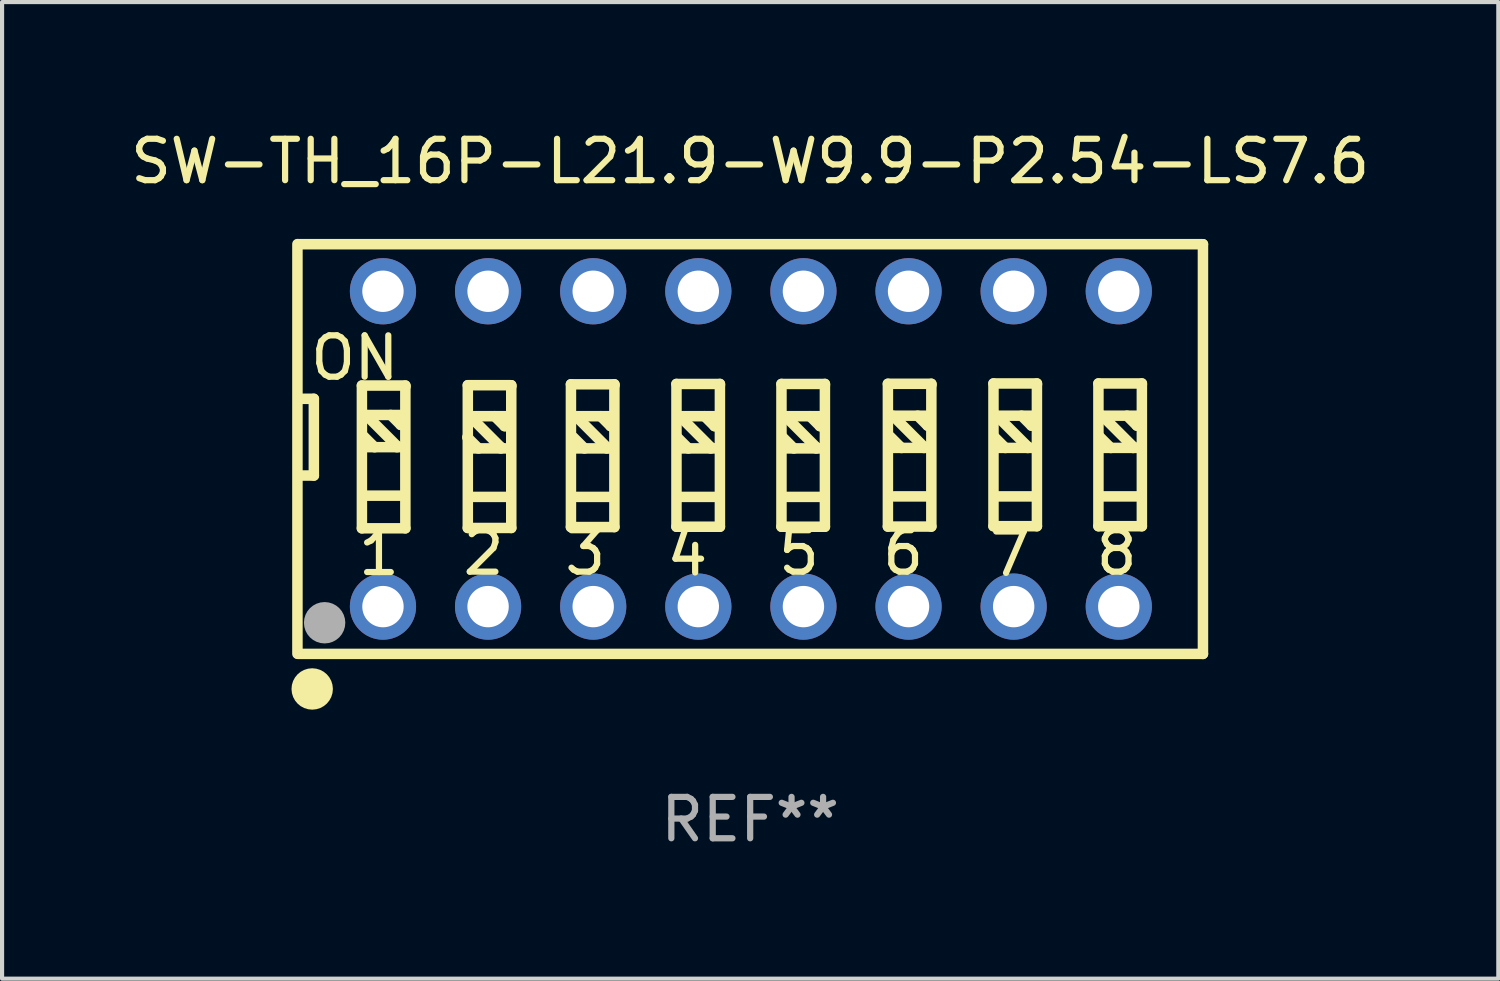
<source format=kicad_pcb>
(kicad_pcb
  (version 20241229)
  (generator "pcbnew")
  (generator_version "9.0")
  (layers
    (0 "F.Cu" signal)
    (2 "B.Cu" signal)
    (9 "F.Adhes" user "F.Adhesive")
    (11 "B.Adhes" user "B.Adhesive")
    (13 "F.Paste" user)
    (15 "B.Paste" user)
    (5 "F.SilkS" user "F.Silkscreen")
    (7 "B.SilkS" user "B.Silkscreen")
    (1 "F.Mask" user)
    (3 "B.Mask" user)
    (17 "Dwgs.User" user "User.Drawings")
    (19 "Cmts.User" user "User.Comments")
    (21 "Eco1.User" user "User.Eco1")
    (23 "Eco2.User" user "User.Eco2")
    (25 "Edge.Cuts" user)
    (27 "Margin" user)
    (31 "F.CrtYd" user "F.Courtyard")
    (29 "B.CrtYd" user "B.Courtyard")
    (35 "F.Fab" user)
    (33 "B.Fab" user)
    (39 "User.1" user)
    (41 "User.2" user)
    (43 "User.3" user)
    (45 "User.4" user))
  (footprint "SW-TH_16P-L21.9-W9.9-P2.54-LS7.6"
    (layer "F.Cu")
    (at 15.094 7.798)
    (property "Reference" "SW-TH_16P-L21.9-W9.9-P2.54-LS7.6" (at -0.017 -6.949 0) (layer "F.SilkS") (effects (font (size 1 1) (thickness 0.15))))
    (attr through_hole)
    (fp_line (start -10.957 -4.949) (end -10.957 4.95) (stroke (width 0.254) (type solid)) (layer "F.SilkS"))
    (fp_line (start -10.936 -4.947) (end 10.924 -4.947) (stroke (width 0.254) (type solid)) (layer "F.SilkS"))
    (fp_line (start -10.936 4.953) (end 10.924 4.953) (stroke (width 0.254) (type solid)) (layer "F.SilkS"))
    (fp_line (start -10.861 -1.211) (end -10.56 -1.211) (stroke (width 0.254) (type solid)) (layer "F.SilkS"))
    (fp_line (start -10.56 -1.211) (end -10.56 0.643) (stroke (width 0.254) (type solid)) (layer "F.SilkS"))
    (fp_line (start -10.56 0.643) (end -10.835 0.643) (stroke (width 0.254) (type solid)) (layer "F.SilkS"))
    (fp_line (start -9.399 -1.532) (end -9.399 1.918) (stroke (width 0.254) (type solid)) (layer "F.SilkS"))
    (fp_line (start -9.399 1.918) (end -8.349 1.918) (stroke (width 0.254) (type solid)) (layer "F.SilkS"))
    (fp_line (start -9.301 -0.821) (end -8.552 -0.071) (stroke (width 0.254) (type solid)) (layer "F.SilkS"))
    (fp_line (start -9.292 -0.043) (end -8.422 -0.043) (stroke (width 0.254) (type solid)) (layer "F.SilkS"))
    (fp_line (start -9.272 -0.821) (end -8.402 -0.821) (stroke (width 0.254) (type solid)) (layer "F.SilkS"))
    (fp_line (start -9.272 1.129) (end -8.402 1.129) (stroke (width 0.254) (type solid)) (layer "F.SilkS"))
    (fp_line (start -9.092 -0.041) (end -9.362 -0.311) (stroke (width 0.254) (type solid)) (layer "F.SilkS"))
    (fp_line (start -8.702 -0.821) (end -8.462 -0.581) (stroke (width 0.254) (type solid)) (layer "F.SilkS"))
    (fp_line (start -8.552 -0.071) (end -8.552 -0.041) (stroke (width 0.254) (type solid)) (layer "F.SilkS"))
    (fp_line (start -8.462 -0.581) (end -8.432 -0.581) (stroke (width 0.254) (type solid)) (layer "F.SilkS"))
    (fp_line (start -8.349 -1.532) (end -9.399 -1.532) (stroke (width 0.254) (type solid)) (layer "F.SilkS"))
    (fp_line (start -8.349 -1.502) (end -8.349 -1.532) (stroke (width 0.254) (type solid)) (layer "F.SilkS"))
    (fp_line (start -8.349 1.918) (end -8.349 -1.502) (stroke (width 0.254) (type solid)) (layer "F.SilkS"))
    (fp_line (start -6.84 -1.54) (end -6.84 1.91) (stroke (width 0.254) (type solid)) (layer "F.SilkS"))
    (fp_line (start -6.84 1.91) (end -5.79 1.91) (stroke (width 0.254) (type solid)) (layer "F.SilkS"))
    (fp_line (start -6.791 -0.791) (end -6.042 -0.041) (stroke (width 0.254) (type solid)) (layer "F.SilkS"))
    (fp_line (start -6.782 -0.013) (end -5.912 -0.013) (stroke (width 0.254) (type solid)) (layer "F.SilkS"))
    (fp_line (start -6.761 -0.791) (end -5.892 -0.791) (stroke (width 0.254) (type solid)) (layer "F.SilkS"))
    (fp_line (start -6.761 1.159) (end -5.892 1.159) (stroke (width 0.254) (type solid)) (layer "F.SilkS"))
    (fp_line (start -6.582 -0.011) (end -6.852 -0.281) (stroke (width 0.254) (type solid)) (layer "F.SilkS"))
    (fp_line (start -6.192 -0.791) (end -5.951 -0.551) (stroke (width 0.254) (type solid)) (layer "F.SilkS"))
    (fp_line (start -6.042 -0.041) (end -6.042 -0.011) (stroke (width 0.254) (type solid)) (layer "F.SilkS"))
    (fp_line (start -5.951 -0.551) (end -5.922 -0.551) (stroke (width 0.254) (type solid)) (layer "F.SilkS"))
    (fp_line (start -5.79 -1.54) (end -6.84 -1.54) (stroke (width 0.254) (type solid)) (layer "F.SilkS"))
    (fp_line (start -5.79 -1.51) (end -5.79 -1.54) (stroke (width 0.254) (type solid)) (layer "F.SilkS"))
    (fp_line (start -5.79 1.91) (end -5.79 -1.51) (stroke (width 0.254) (type solid)) (layer "F.SilkS"))
    (fp_line (start -4.348 -1.562) (end -4.348 1.888) (stroke (width 0.254) (type solid)) (layer "F.SilkS"))
    (fp_line (start -4.348 1.888) (end -3.298 1.888) (stroke (width 0.254) (type solid)) (layer "F.SilkS"))
    (fp_line (start -4.229 -0.791) (end -3.48 -0.041) (stroke (width 0.254) (type solid)) (layer "F.SilkS"))
    (fp_line (start -4.22 -0.013) (end -3.35 -0.013) (stroke (width 0.254) (type solid)) (layer "F.SilkS"))
    (fp_line (start -4.199 -0.791) (end -3.329 -0.791) (stroke (width 0.254) (type solid)) (layer "F.SilkS"))
    (fp_line (start -4.199 1.159) (end -3.329 1.159) (stroke (width 0.254) (type solid)) (layer "F.SilkS"))
    (fp_line (start -4.02 -0.011) (end -4.29 -0.281) (stroke (width 0.254) (type solid)) (layer "F.SilkS"))
    (fp_line (start -3.629 -0.791) (end -3.389 -0.551) (stroke (width 0.254) (type solid)) (layer "F.SilkS"))
    (fp_line (start -3.48 -0.041) (end -3.48 -0.011) (stroke (width 0.254) (type solid)) (layer "F.SilkS"))
    (fp_line (start -3.389 -0.551) (end -3.359 -0.551) (stroke (width 0.254) (type solid)) (layer "F.SilkS"))
    (fp_line (start -3.298 -1.562) (end -4.348 -1.562) (stroke (width 0.254) (type solid)) (layer "F.SilkS"))
    (fp_line (start -3.298 -1.532) (end -3.298 -1.562) (stroke (width 0.254) (type solid)) (layer "F.SilkS"))
    (fp_line (start -3.298 1.888) (end -3.298 -1.532) (stroke (width 0.254) (type solid)) (layer "F.SilkS"))
    (fp_line (start -1.798 -1.57) (end -1.798 1.88) (stroke (width 0.254) (type solid)) (layer "F.SilkS"))
    (fp_line (start -1.798 1.88) (end -0.748 1.88) (stroke (width 0.254) (type solid)) (layer "F.SilkS"))
    (fp_line (start -1.719 -0.791) (end -0.97 -0.041) (stroke (width 0.254) (type solid)) (layer "F.SilkS"))
    (fp_line (start -1.71 -0.013) (end -0.84 -0.013) (stroke (width 0.254) (type solid)) (layer "F.SilkS"))
    (fp_line (start -1.689 -0.791) (end -0.819 -0.791) (stroke (width 0.254) (type solid)) (layer "F.SilkS"))
    (fp_line (start -1.689 1.159) (end -0.819 1.159) (stroke (width 0.254) (type solid)) (layer "F.SilkS"))
    (fp_line (start -1.51 -0.011) (end -1.78 -0.281) (stroke (width 0.254) (type solid)) (layer "F.SilkS"))
    (fp_line (start -1.119 -0.791) (end -0.879 -0.551) (stroke (width 0.254) (type solid)) (layer "F.SilkS"))
    (fp_line (start -0.97 -0.041) (end -0.97 -0.011) (stroke (width 0.254) (type solid)) (layer "F.SilkS"))
    (fp_line (start -0.879 -0.551) (end -0.849 -0.551) (stroke (width 0.254) (type solid)) (layer "F.SilkS"))
    (fp_line (start -0.748 -1.57) (end -1.798 -1.57) (stroke (width 0.254) (type solid)) (layer "F.SilkS"))
    (fp_line (start -0.748 -1.54) (end -0.748 -1.57) (stroke (width 0.254) (type solid)) (layer "F.SilkS"))
    (fp_line (start -0.748 1.88) (end -0.748 -1.54) (stroke (width 0.254) (type solid)) (layer "F.SilkS"))
    (fp_line (start 0.739 -1.57) (end 0.739 1.88) (stroke (width 0.254) (type solid)) (layer "F.SilkS"))
    (fp_line (start 0.739 1.88) (end 1.789 1.88) (stroke (width 0.254) (type solid)) (layer "F.SilkS"))
    (fp_line (start 0.829 -0.791) (end 1.579 -0.041) (stroke (width 0.254) (type solid)) (layer "F.SilkS"))
    (fp_line (start 0.838 -0.013) (end 1.708 -0.013) (stroke (width 0.254) (type solid)) (layer "F.SilkS"))
    (fp_line (start 0.859 -0.791) (end 1.729 -0.791) (stroke (width 0.254) (type solid)) (layer "F.SilkS"))
    (fp_line (start 0.859 1.159) (end 1.729 1.159) (stroke (width 0.254) (type solid)) (layer "F.SilkS"))
    (fp_line (start 1.039 -0.011) (end 0.769 -0.281) (stroke (width 0.254) (type solid)) (layer "F.SilkS"))
    (fp_line (start 1.429 -0.791) (end 1.669 -0.551) (stroke (width 0.254) (type solid)) (layer "F.SilkS"))
    (fp_line (start 1.579 -0.041) (end 1.579 -0.011) (stroke (width 0.254) (type solid)) (layer "F.SilkS"))
    (fp_line (start 1.669 -0.551) (end 1.699 -0.551) (stroke (width 0.254) (type solid)) (layer "F.SilkS"))
    (fp_line (start 1.789 -1.57) (end 0.739 -1.57) (stroke (width 0.254) (type solid)) (layer "F.SilkS"))
    (fp_line (start 1.789 -1.54) (end 1.789 -1.57) (stroke (width 0.254) (type solid)) (layer "F.SilkS"))
    (fp_line (start 1.789 1.88) (end 1.789 -1.54) (stroke (width 0.254) (type solid)) (layer "F.SilkS"))
    (fp_line (start 3.311 -1.574) (end 3.311 1.876) (stroke (width 0.254) (type solid)) (layer "F.SilkS"))
    (fp_line (start 3.311 1.876) (end 4.361 1.876) (stroke (width 0.254) (type solid)) (layer "F.SilkS"))
    (fp_line (start 3.43 -0.803) (end 4.18 -0.054) (stroke (width 0.254) (type solid)) (layer "F.SilkS"))
    (fp_line (start 3.439 -0.025) (end 4.309 -0.025) (stroke (width 0.254) (type solid)) (layer "F.SilkS"))
    (fp_line (start 3.46 -0.803) (end 4.33 -0.803) (stroke (width 0.254) (type solid)) (layer "F.SilkS"))
    (fp_line (start 3.46 1.147) (end 4.33 1.147) (stroke (width 0.254) (type solid)) (layer "F.SilkS"))
    (fp_line (start 3.64 -0.023) (end 3.37 -0.293) (stroke (width 0.254) (type solid)) (layer "F.SilkS"))
    (fp_line (start 4.03 -0.803) (end 4.27 -0.563) (stroke (width 0.254) (type solid)) (layer "F.SilkS"))
    (fp_line (start 4.18 -0.054) (end 4.18 -0.023) (stroke (width 0.254) (type solid)) (layer "F.SilkS"))
    (fp_line (start 4.27 -0.563) (end 4.3 -0.563) (stroke (width 0.254) (type solid)) (layer "F.SilkS"))
    (fp_line (start 4.361 -1.574) (end 3.311 -1.574) (stroke (width 0.254) (type solid)) (layer "F.SilkS"))
    (fp_line (start 4.361 -1.544) (end 4.361 -1.574) (stroke (width 0.254) (type solid)) (layer "F.SilkS"))
    (fp_line (start 4.361 1.876) (end 4.361 -1.544) (stroke (width 0.254) (type solid)) (layer "F.SilkS"))
    (fp_line (start 5.862 -1.582) (end 5.862 1.867) (stroke (width 0.254) (type solid)) (layer "F.SilkS"))
    (fp_line (start 5.862 1.867) (end 6.912 1.867) (stroke (width 0.254) (type solid)) (layer "F.SilkS"))
    (fp_line (start 5.94 -0.803) (end 6.69 -0.054) (stroke (width 0.254) (type solid)) (layer "F.SilkS"))
    (fp_line (start 5.949 -0.025) (end 6.819 -0.025) (stroke (width 0.254) (type solid)) (layer "F.SilkS"))
    (fp_line (start 5.97 -0.803) (end 6.84 -0.803) (stroke (width 0.254) (type solid)) (layer "F.SilkS"))
    (fp_line (start 5.97 1.147) (end 6.84 1.147) (stroke (width 0.254) (type solid)) (layer "F.SilkS"))
    (fp_line (start 6.15 -0.023) (end 5.88 -0.293) (stroke (width 0.254) (type solid)) (layer "F.SilkS"))
    (fp_line (start 6.54 -0.803) (end 6.78 -0.563) (stroke (width 0.254) (type solid)) (layer "F.SilkS"))
    (fp_line (start 6.69 -0.054) (end 6.69 -0.023) (stroke (width 0.254) (type solid)) (layer "F.SilkS"))
    (fp_line (start 6.78 -0.563) (end 6.81 -0.563) (stroke (width 0.254) (type solid)) (layer "F.SilkS"))
    (fp_line (start 6.912 -1.582) (end 5.862 -1.582) (stroke (width 0.254) (type solid)) (layer "F.SilkS"))
    (fp_line (start 6.912 -1.552) (end 6.912 -1.582) (stroke (width 0.254) (type solid)) (layer "F.SilkS"))
    (fp_line (start 6.912 1.867) (end 6.912 -1.552) (stroke (width 0.254) (type solid)) (layer "F.SilkS"))
    (fp_line (start 8.398 -1.582) (end 8.398 1.867) (stroke (width 0.254) (type solid)) (layer "F.SilkS"))
    (fp_line (start 8.398 1.867) (end 9.448 1.867) (stroke (width 0.254) (type solid)) (layer "F.SilkS"))
    (fp_line (start 8.488 -0.803) (end 9.238 -0.054) (stroke (width 0.254) (type solid)) (layer "F.SilkS"))
    (fp_line (start 8.498 -0.025) (end 9.368 -0.025) (stroke (width 0.254) (type solid)) (layer "F.SilkS"))
    (fp_line (start 8.518 -0.803) (end 9.388 -0.803) (stroke (width 0.254) (type solid)) (layer "F.SilkS"))
    (fp_line (start 8.518 1.147) (end 9.388 1.147) (stroke (width 0.254) (type solid)) (layer "F.SilkS"))
    (fp_line (start 8.698 -0.023) (end 8.428 -0.293) (stroke (width 0.254) (type solid)) (layer "F.SilkS"))
    (fp_line (start 9.088 -0.803) (end 9.328 -0.563) (stroke (width 0.254) (type solid)) (layer "F.SilkS"))
    (fp_line (start 9.238 -0.054) (end 9.238 -0.023) (stroke (width 0.254) (type solid)) (layer "F.SilkS"))
    (fp_line (start 9.328 -0.563) (end 9.358 -0.563) (stroke (width 0.254) (type solid)) (layer "F.SilkS"))
    (fp_line (start 9.448 -1.582) (end 8.398 -1.582) (stroke (width 0.254) (type solid)) (layer "F.SilkS"))
    (fp_line (start 9.448 -1.552) (end 9.448 -1.582) (stroke (width 0.254) (type solid)) (layer "F.SilkS"))
    (fp_line (start 9.448 1.867) (end 9.448 -1.552) (stroke (width 0.254) (type solid)) (layer "F.SilkS"))
    (fp_line (start 10.924 -4.947) (end 10.924 4.953) (stroke (width 0.254) (type solid)) (layer "F.SilkS"))
    (fp_circle (center -10.94 4.95) (end -10.91 4.95) (stroke (width 0.06) (type solid)) (fill no) (layer "F.SilkS"))
    (fp_circle (center -10.6 5.8) (end -10.35 5.8) (stroke (width 0.5) (type solid)) (fill no) (layer "F.SilkS"))
    (fp_circle (center -10.3 4.2) (end -10.05 4.2) (stroke (width 0.5) (type solid)) (fill no) (layer "F.Fab"))
    (fp_text user "8" (at 8.839 2.51 0) (layer "F.SilkS") (effects (font (size 1 1) (thickness 0.15))))
    (fp_text user "2" (at -6.459 2.51 0) (layer "F.SilkS") (effects (font (size 1 1) (thickness 0.15))))
    (fp_text user "ON" (at -9.571 -2.2 0) (layer "F.SilkS") (effects (font (size 1 1) (thickness 0.15))))
    (fp_text user "3" (at -4.001 2.51 0) (layer "F.SilkS") (effects (font (size 1 1) (thickness 0.15))))
    (fp_text user "7" (at 6.261 2.54 0) (layer "F.SilkS") (effects (font (size 1 1) (thickness 0.15))))
    (fp_text user "6" (at 3.68 2.51 0) (layer "F.SilkS") (effects (font (size 1 1) (thickness 0.15))))
    (fp_text user "5" (at 1.161 2.51 0) (layer "F.SilkS") (effects (font (size 1 1) (thickness 0.15))))
    (fp_text user "1" (at -8.987 2.52 0) (layer "F.SilkS") (effects (font (size 1 1) (thickness 0.15))))
    (fp_text user "4" (at -1.537 2.53 0) (layer "F.SilkS") (effects (font (size 1 1) (thickness 0.15))))
    (fp_text user "REF**" (at -0.017 8.953 0) (layer "F.Fab") (effects (font (size 1 1) (thickness 0.15))))
    (pad "1" thru_hole circle (at -8.89 3.81) (size 1.6 1.6) (drill 1) (layers "*.Cu" "*.Mask"))
    (pad "2" thru_hole circle (at -6.35 3.81) (size 1.6 1.6) (drill 1) (layers "*.Cu" "*.Mask"))
    (pad "3" thru_hole circle (at -3.81 3.81) (size 1.6 1.6) (drill 1) (layers "*.Cu" "*.Mask"))
    (pad "4" thru_hole circle (at -1.27 3.81) (size 1.6 1.6) (drill 1) (layers "*.Cu" "*.Mask"))
    (pad "5" thru_hole circle (at 1.27 3.81) (size 1.6 1.6) (drill 1) (layers "*.Cu" "*.Mask"))
    (pad "6" thru_hole circle (at 3.81 3.81) (size 1.6 1.6) (drill 1) (layers "*.Cu" "*.Mask"))
    (pad "7" thru_hole circle (at 6.35 3.81) (size 1.6 1.6) (drill 1) (layers "*.Cu" "*.Mask"))
    (pad "8" thru_hole circle (at 8.89 3.81) (size 1.6 1.6) (drill 1) (layers "*.Cu" "*.Mask"))
    (pad "9" thru_hole circle (at 8.89 -3.81) (size 1.6 1.6) (drill 1) (layers "*.Cu" "*.Mask"))
    (pad "10" thru_hole circle (at 6.35 -3.81) (size 1.6 1.6) (drill 1) (layers "*.Cu" "*.Mask"))
    (pad "11" thru_hole circle (at 3.81 -3.81) (size 1.6 1.6) (drill 1) (layers "*.Cu" "*.Mask"))
    (pad "12" thru_hole circle (at 1.27 -3.81) (size 1.6 1.6) (drill 1) (layers "*.Cu" "*.Mask"))
    (pad "13" thru_hole circle (at -1.27 -3.81) (size 1.6 1.6) (drill 1) (layers "*.Cu" "*.Mask"))
    (pad "14" thru_hole circle (at -3.81 -3.81) (size 1.6 1.6) (drill 1) (layers "*.Cu" "*.Mask"))
    (pad "15" thru_hole circle (at -6.35 -3.81) (size 1.6 1.6) (drill 1) (layers "*.Cu" "*.Mask"))
    (pad "16" thru_hole circle (at -8.89 -3.81) (size 1.6 1.6) (drill 1) (layers "*.Cu" "*.Mask")))
  (gr_rect
    (start -3 -3)
    (end 33.155 20.599)
    (stroke (width 0.1) (type default))
    (fill no)
    (layer "Edge.Cuts")))
</source>
